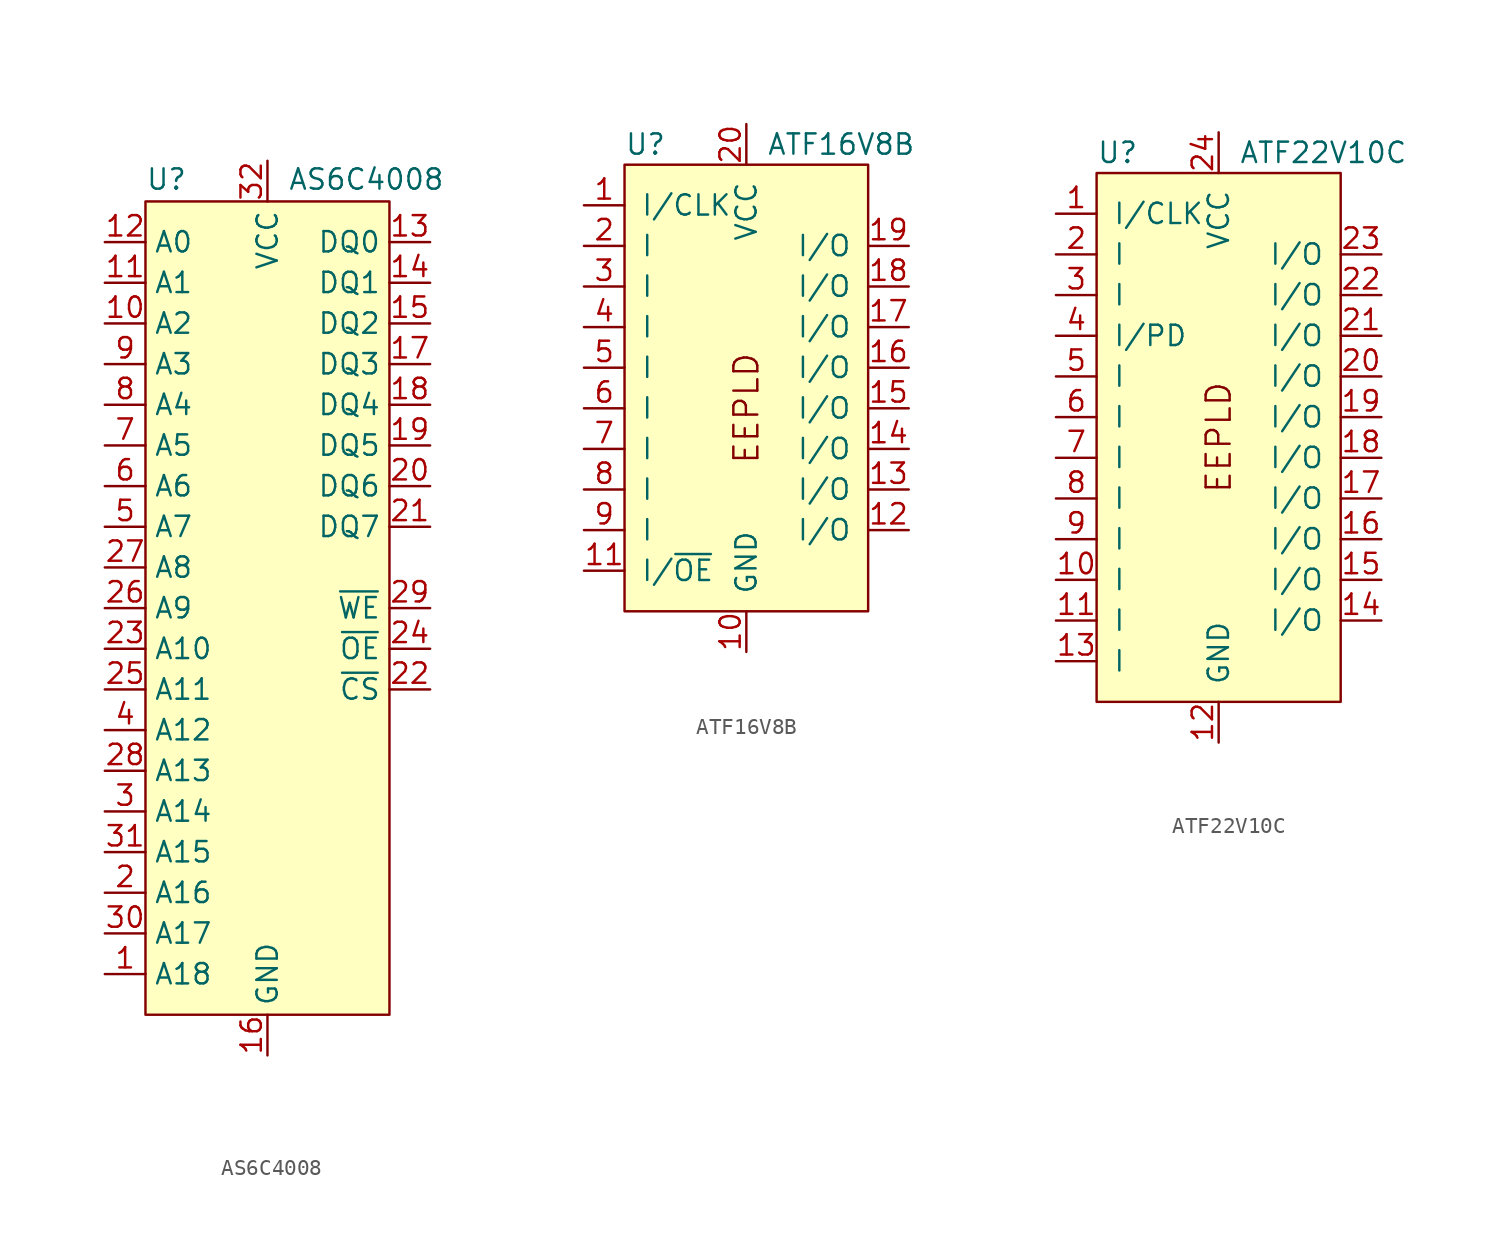
<source format=kicad_sym>
(kicad_symbol_lib
  (version 20211014)
  (generator kicad_symbol_editor)
  (symbol "AS6C4008"
    (property "Reference" "U"
      (at -7.62 0.635 0)
      (effects (font (size 1.27 1.27)) (justify left bottom)))
    (property "Value" "AS6C4008"
      (at 1.27 0.635 0)
      (effects (font (size 1.27 1.27)) (justify left bottom)))
    (symbol "AS6C4008_0_0"
      (pin power_in line (at 0 -53.34 90) (length 2.54) (name "GND" (effects (font (size 1.27 1.27)))) (number "16" (effects (font (size 1.27 1.27)))))
      (pin power_in line (at 0 2.54 270) (length 2.54) (name "VCC" (effects (font (size 1.27 1.27)))) (number "32" (effects (font (size 1.27 1.27))))))
    (symbol "AS6C4008_0_1"
      (rectangle (start -7.62 0) (end 7.62 -50.8) (stroke (width 0) (type default) (color 0 0 0 0)) (fill (type background))))
    (symbol "AS6C4008_1_1"
      (pin input line (at -10.16 -48.26 0) (length 2.54) (name "A18" (effects (font (size 1.27 1.27)))) (number "1" (effects (font (size 1.27 1.27)))))
      (pin input line (at -10.16 -7.62 0) (length 2.54) (name "A2" (effects (font (size 1.27 1.27)))) (number "10" (effects (font (size 1.27 1.27)))))
      (pin input line (at -10.16 -5.08 0) (length 2.54) (name "A1" (effects (font (size 1.27 1.27)))) (number "11" (effects (font (size 1.27 1.27)))))
      (pin input line (at -10.16 -2.54 0) (length 2.54) (name "A0" (effects (font (size 1.27 1.27)))) (number "12" (effects (font (size 1.27 1.27)))))
      (pin tri_state line (at 10.16 -2.54 180) (length 2.54) (name "DQ0" (effects (font (size 1.27 1.27)))) (number "13" (effects (font (size 1.27 1.27)))))
      (pin tri_state line (at 10.16 -5.08 180) (length 2.54) (name "DQ1" (effects (font (size 1.27 1.27)))) (number "14" (effects (font (size 1.27 1.27)))))
      (pin tri_state line (at 10.16 -7.62 180) (length 2.54) (name "DQ2" (effects (font (size 1.27 1.27)))) (number "15" (effects (font (size 1.27 1.27)))))
      (pin tri_state line (at 10.16 -10.16 180) (length 2.54) (name "DQ3" (effects (font (size 1.27 1.27)))) (number "17" (effects (font (size 1.27 1.27)))))
      (pin tri_state line (at 10.16 -12.7 180) (length 2.54) (name "DQ4" (effects (font (size 1.27 1.27)))) (number "18" (effects (font (size 1.27 1.27)))))
      (pin tri_state line (at 10.16 -15.24 180) (length 2.54) (name "DQ5" (effects (font (size 1.27 1.27)))) (number "19" (effects (font (size 1.27 1.27)))))
      (pin input line (at -10.16 -43.18 0) (length 2.54) (name "A16" (effects (font (size 1.27 1.27)))) (number "2" (effects (font (size 1.27 1.27)))))
      (pin tri_state line (at 10.16 -17.78 180) (length 2.54) (name "DQ6" (effects (font (size 1.27 1.27)))) (number "20" (effects (font (size 1.27 1.27)))))
      (pin tri_state line (at 10.16 -20.32 180) (length 2.54) (name "DQ7" (effects (font (size 1.27 1.27)))) (number "21" (effects (font (size 1.27 1.27)))))
      (pin input line (at 10.16 -30.48 180) (length 2.54) (name "~{CS}" (effects (font (size 1.27 1.27)))) (number "22" (effects (font (size 1.27 1.27)))))
      (pin input line (at -10.16 -27.94 0) (length 2.54) (name "A10" (effects (font (size 1.27 1.27)))) (number "23" (effects (font (size 1.27 1.27)))))
      (pin input line (at 10.16 -27.94 180) (length 2.54) (name "~{OE}" (effects (font (size 1.27 1.27)))) (number "24" (effects (font (size 1.27 1.27)))))
      (pin input line (at -10.16 -30.48 0) (length 2.54) (name "A11" (effects (font (size 1.27 1.27)))) (number "25" (effects (font (size 1.27 1.27)))))
      (pin input line (at -10.16 -25.4 0) (length 2.54) (name "A9" (effects (font (size 1.27 1.27)))) (number "26" (effects (font (size 1.27 1.27)))))
      (pin input line (at -10.16 -22.86 0) (length 2.54) (name "A8" (effects (font (size 1.27 1.27)))) (number "27" (effects (font (size 1.27 1.27)))))
      (pin input line (at -10.16 -35.56 0) (length 2.54) (name "A13" (effects (font (size 1.27 1.27)))) (number "28" (effects (font (size 1.27 1.27)))))
      (pin input line (at 10.16 -25.4 180) (length 2.54) (name "~{WE}" (effects (font (size 1.27 1.27)))) (number "29" (effects (font (size 1.27 1.27)))))
      (pin input line (at -10.16 -38.1 0) (length 2.54) (name "A14" (effects (font (size 1.27 1.27)))) (number "3" (effects (font (size 1.27 1.27)))))
      (pin input line (at -10.16 -45.72 0) (length 2.54) (name "A17" (effects (font (size 1.27 1.27)))) (number "30" (effects (font (size 1.27 1.27)))))
      (pin input line (at -10.16 -40.64 0) (length 2.54) (name "A15" (effects (font (size 1.27 1.27)))) (number "31" (effects (font (size 1.27 1.27)))))
      (pin input line (at -10.16 -33.02 0) (length 2.54) (name "A12" (effects (font (size 1.27 1.27)))) (number "4" (effects (font (size 1.27 1.27)))))
      (pin input line (at -10.16 -20.32 0) (length 2.54) (name "A7" (effects (font (size 1.27 1.27)))) (number "5" (effects (font (size 1.27 1.27)))))
      (pin input line (at -10.16 -17.78 0) (length 2.54) (name "A6" (effects (font (size 1.27 1.27)))) (number "6" (effects (font (size 1.27 1.27)))))
      (pin input line (at -10.16 -15.24 0) (length 2.54) (name "A5" (effects (font (size 1.27 1.27)))) (number "7" (effects (font (size 1.27 1.27)))))
      (pin input line (at -10.16 -12.7 0) (length 2.54) (name "A4" (effects (font (size 1.27 1.27)))) (number "8" (effects (font (size 1.27 1.27)))))
      (pin input line (at -10.16 -10.16 0) (length 2.54) (name "A3" (effects (font (size 1.27 1.27)))) (number "9" (effects (font (size 1.27 1.27)))))))
  (symbol "ATF16V8B"
    (pin_names
      (offset 1.016))
    (property "Reference" "U"
      (at -7.62 0 0)
      (effects (font (size 1.27 1.27)) (justify left)))
    (property "Value" "ATF16V8B"
      (at 1.27 0 0)
      (effects (font (size 1.27 1.27)) (justify left)))
    (symbol "ATF16V8B_0_0"
      (text "EEPLD" (at 0 -16.51 900) (effects (font (size 1.499 1.499)))))
    (symbol "ATF16V8B_0_1"
      (rectangle (start -7.62 -1.27) (end 7.62 -29.21) (stroke (width 0) (type default) (color 0 0 0 0)) (fill (type background))))
    (symbol "ATF16V8B_1_1"
      (pin input line (at -10.16 -3.81 0) (length 2.54) (name "I/CLK" (effects (font (size 1.27 1.27)))) (number "1" (effects (font (size 1.27 1.27)))))
      (pin power_in line (at 0 -31.75 90) (length 2.54) (name "GND" (effects (font (size 1.27 1.27)))) (number "10" (effects (font (size 1.27 1.27)))))
      (pin input line (at -10.16 -26.67 0) (length 2.54) (name "I/~{OE}" (effects (font (size 1.27 1.27)))) (number "11" (effects (font (size 1.27 1.27)))))
      (pin bidirectional line (at 10.16 -24.13 180) (length 2.54) (name "I/O" (effects (font (size 1.27 1.27)))) (number "12" (effects (font (size 1.27 1.27)))))
      (pin bidirectional line (at 10.16 -21.59 180) (length 2.54) (name "I/O" (effects (font (size 1.27 1.27)))) (number "13" (effects (font (size 1.27 1.27)))))
      (pin bidirectional line (at 10.16 -19.05 180) (length 2.54) (name "I/O" (effects (font (size 1.27 1.27)))) (number "14" (effects (font (size 1.27 1.27)))))
      (pin bidirectional line (at 10.16 -16.51 180) (length 2.54) (name "I/O" (effects (font (size 1.27 1.27)))) (number "15" (effects (font (size 1.27 1.27)))))
      (pin bidirectional line (at 10.16 -13.97 180) (length 2.54) (name "I/O" (effects (font (size 1.27 1.27)))) (number "16" (effects (font (size 1.27 1.27)))))
      (pin bidirectional line (at 10.16 -11.43 180) (length 2.54) (name "I/O" (effects (font (size 1.27 1.27)))) (number "17" (effects (font (size 1.27 1.27)))))
      (pin bidirectional line (at 10.16 -8.89 180) (length 2.54) (name "I/O" (effects (font (size 1.27 1.27)))) (number "18" (effects (font (size 1.27 1.27)))))
      (pin bidirectional line (at 10.16 -6.35 180) (length 2.54) (name "I/O" (effects (font (size 1.27 1.27)))) (number "19" (effects (font (size 1.27 1.27)))))
      (pin input line (at -10.16 -6.35 0) (length 2.54) (name "I" (effects (font (size 1.27 1.27)))) (number "2" (effects (font (size 1.27 1.27)))))
      (pin power_in line (at 0 1.27 270) (length 2.54) (name "VCC" (effects (font (size 1.27 1.27)))) (number "20" (effects (font (size 1.27 1.27)))))
      (pin input line (at -10.16 -8.89 0) (length 2.54) (name "I" (effects (font (size 1.27 1.27)))) (number "3" (effects (font (size 1.27 1.27)))))
      (pin input line (at -10.16 -11.43 0) (length 2.54) (name "I" (effects (font (size 1.27 1.27)))) (number "4" (effects (font (size 1.27 1.27)))))
      (pin input line (at -10.16 -13.97 0) (length 2.54) (name "I" (effects (font (size 1.27 1.27)))) (number "5" (effects (font (size 1.27 1.27)))))
      (pin input line (at -10.16 -16.51 0) (length 2.54) (name "I" (effects (font (size 1.27 1.27)))) (number "6" (effects (font (size 1.27 1.27)))))
      (pin input line (at -10.16 -19.05 0) (length 2.54) (name "I" (effects (font (size 1.27 1.27)))) (number "7" (effects (font (size 1.27 1.27)))))
      (pin input line (at -10.16 -21.59 0) (length 2.54) (name "I" (effects (font (size 1.27 1.27)))) (number "8" (effects (font (size 1.27 1.27)))))
      (pin input line (at -10.16 -24.13 0) (length 2.54) (name "I" (effects (font (size 1.27 1.27)))) (number "9" (effects (font (size 1.27 1.27)))))))
  (symbol "ATF22V10C"
    (pin_names
      (offset 1.016))
    (property "Reference" "U"
      (at -7.62 0 0)
      (effects (font (size 1.27 1.27)) (justify left)))
    (property "Value" "ATF22V10C"
      (at 1.27 0 0)
      (effects (font (size 1.27 1.27)) (justify left)))
    (symbol "ATF22V10C_0_0"
      (text "EEPLD" (at 0 -17.78 900) (effects (font (size 1.499 1.499)))))
    (symbol "ATF22V10C_0_1"
      (rectangle (start -7.62 -1.27) (end 7.62 -34.29) (stroke (width 0) (type default) (color 0 0 0 0)) (fill (type background))))
    (symbol "ATF22V10C_1_1"
      (pin input line (at -10.16 -3.81 0) (length 2.54) (name "I/CLK" (effects (font (size 1.27 1.27)))) (number "1" (effects (font (size 1.27 1.27)))))
      (pin input line (at -10.16 -26.67 0) (length 2.54) (name "I" (effects (font (size 1.27 1.27)))) (number "10" (effects (font (size 1.27 1.27)))))
      (pin input line (at -10.16 -29.21 0) (length 2.54) (name "I" (effects (font (size 1.27 1.27)))) (number "11" (effects (font (size 1.27 1.27)))))
      (pin power_in line (at 0 -36.83 90) (length 2.54) (name "GND" (effects (font (size 1.27 1.27)))) (number "12" (effects (font (size 1.27 1.27)))))
      (pin input line (at -10.16 -31.75 0) (length 2.54) (name "I" (effects (font (size 1.27 1.27)))) (number "13" (effects (font (size 1.27 1.27)))))
      (pin bidirectional line (at 10.16 -29.21 180) (length 2.54) (name "I/O" (effects (font (size 1.27 1.27)))) (number "14" (effects (font (size 1.27 1.27)))))
      (pin bidirectional line (at 10.16 -26.67 180) (length 2.54) (name "I/O" (effects (font (size 1.27 1.27)))) (number "15" (effects (font (size 1.27 1.27)))))
      (pin bidirectional line (at 10.16 -24.13 180) (length 2.54) (name "I/O" (effects (font (size 1.27 1.27)))) (number "16" (effects (font (size 1.27 1.27)))))
      (pin bidirectional line (at 10.16 -21.59 180) (length 2.54) (name "I/O" (effects (font (size 1.27 1.27)))) (number "17" (effects (font (size 1.27 1.27)))))
      (pin bidirectional line (at 10.16 -19.05 180) (length 2.54) (name "I/O" (effects (font (size 1.27 1.27)))) (number "18" (effects (font (size 1.27 1.27)))))
      (pin bidirectional line (at 10.16 -16.51 180) (length 2.54) (name "I/O" (effects (font (size 1.27 1.27)))) (number "19" (effects (font (size 1.27 1.27)))))
      (pin input line (at -10.16 -6.35 0) (length 2.54) (name "I" (effects (font (size 1.27 1.27)))) (number "2" (effects (font (size 1.27 1.27)))))
      (pin bidirectional line (at 10.16 -13.97 180) (length 2.54) (name "I/O" (effects (font (size 1.27 1.27)))) (number "20" (effects (font (size 1.27 1.27)))))
      (pin bidirectional line (at 10.16 -11.43 180) (length 2.54) (name "I/O" (effects (font (size 1.27 1.27)))) (number "21" (effects (font (size 1.27 1.27)))))
      (pin bidirectional line (at 10.16 -8.89 180) (length 2.54) (name "I/O" (effects (font (size 1.27 1.27)))) (number "22" (effects (font (size 1.27 1.27)))))
      (pin bidirectional line (at 10.16 -6.35 180) (length 2.54) (name "I/O" (effects (font (size 1.27 1.27)))) (number "23" (effects (font (size 1.27 1.27)))))
      (pin power_in line (at 0 1.27 270) (length 2.54) (name "VCC" (effects (font (size 1.27 1.27)))) (number "24" (effects (font (size 1.27 1.27)))))
      (pin input line (at -10.16 -8.89 0) (length 2.54) (name "I" (effects (font (size 1.27 1.27)))) (number "3" (effects (font (size 1.27 1.27)))))
      (pin input line (at -10.16 -11.43 0) (length 2.54) (name "I/PD" (effects (font (size 1.27 1.27)))) (number "4" (effects (font (size 1.27 1.27)))))
      (pin input line (at -10.16 -13.97 0) (length 2.54) (name "I" (effects (font (size 1.27 1.27)))) (number "5" (effects (font (size 1.27 1.27)))))
      (pin input line (at -10.16 -16.51 0) (length 2.54) (name "I" (effects (font (size 1.27 1.27)))) (number "6" (effects (font (size 1.27 1.27)))))
      (pin input line (at -10.16 -19.05 0) (length 2.54) (name "I" (effects (font (size 1.27 1.27)))) (number "7" (effects (font (size 1.27 1.27)))))
      (pin input line (at -10.16 -21.59 0) (length 2.54) (name "I" (effects (font (size 1.27 1.27)))) (number "8" (effects (font (size 1.27 1.27)))))
      (pin input line (at -10.16 -24.13 0) (length 2.54) (name "I" (effects (font (size 1.27 1.27)))) (number "9" (effects (font (size 1.27 1.27))))))))
</source>
